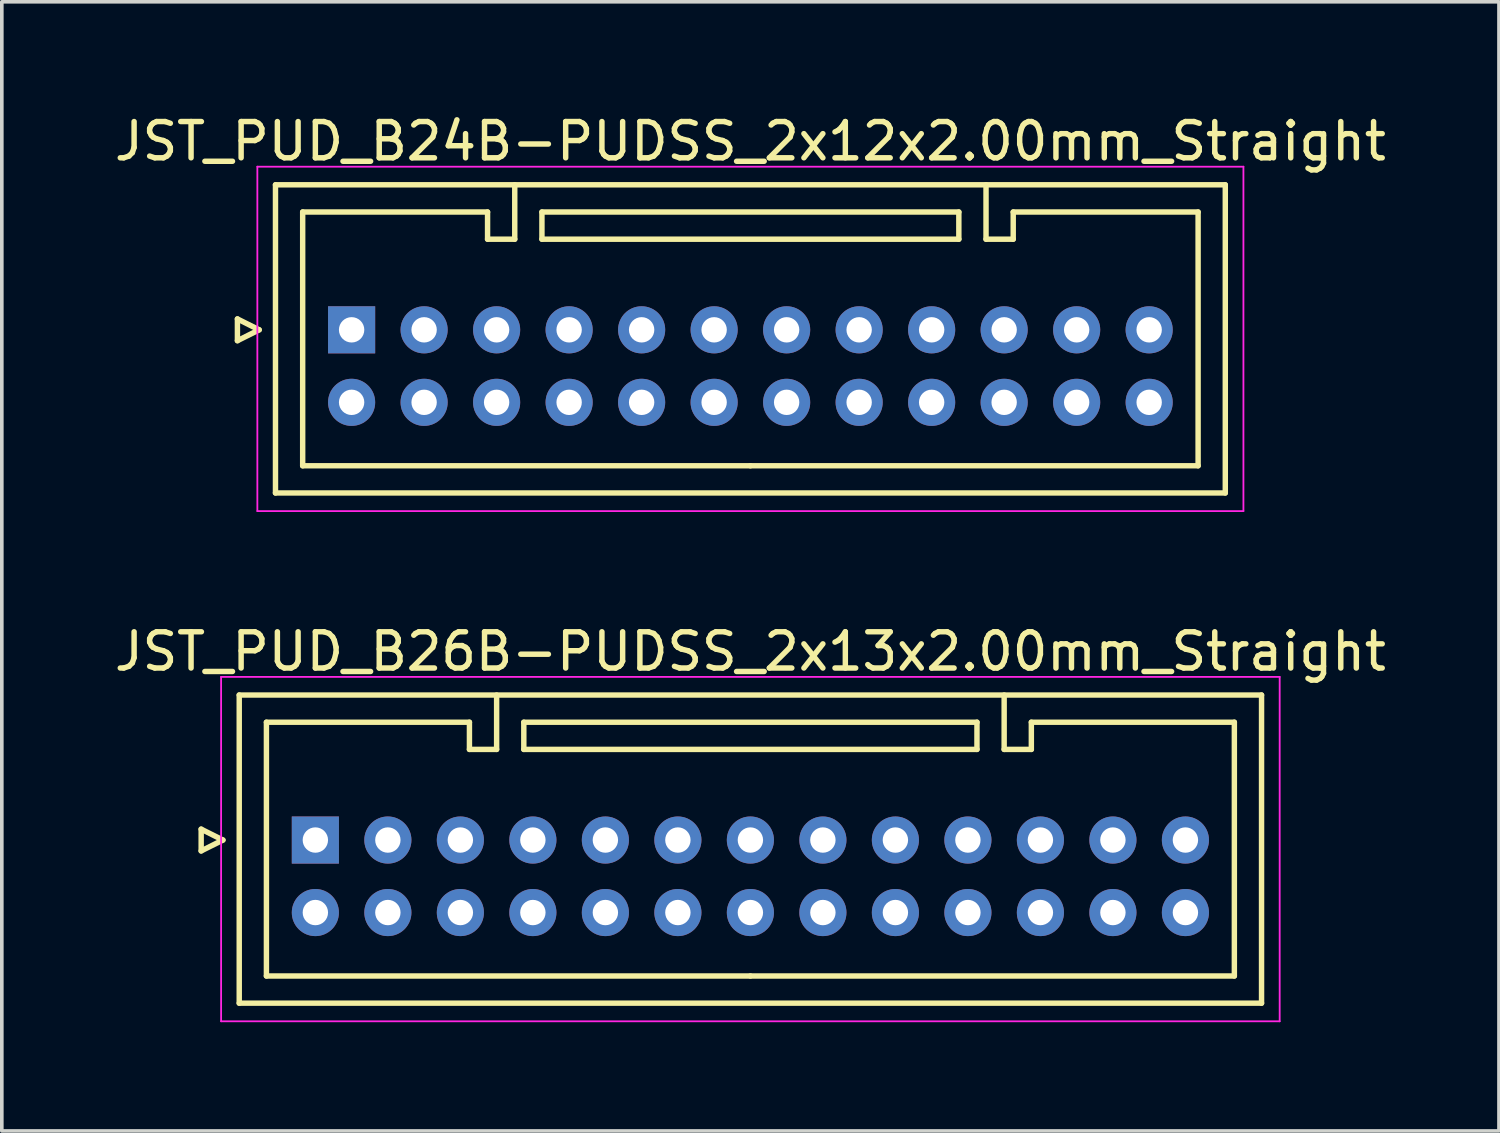
<source format=kicad_pcb>
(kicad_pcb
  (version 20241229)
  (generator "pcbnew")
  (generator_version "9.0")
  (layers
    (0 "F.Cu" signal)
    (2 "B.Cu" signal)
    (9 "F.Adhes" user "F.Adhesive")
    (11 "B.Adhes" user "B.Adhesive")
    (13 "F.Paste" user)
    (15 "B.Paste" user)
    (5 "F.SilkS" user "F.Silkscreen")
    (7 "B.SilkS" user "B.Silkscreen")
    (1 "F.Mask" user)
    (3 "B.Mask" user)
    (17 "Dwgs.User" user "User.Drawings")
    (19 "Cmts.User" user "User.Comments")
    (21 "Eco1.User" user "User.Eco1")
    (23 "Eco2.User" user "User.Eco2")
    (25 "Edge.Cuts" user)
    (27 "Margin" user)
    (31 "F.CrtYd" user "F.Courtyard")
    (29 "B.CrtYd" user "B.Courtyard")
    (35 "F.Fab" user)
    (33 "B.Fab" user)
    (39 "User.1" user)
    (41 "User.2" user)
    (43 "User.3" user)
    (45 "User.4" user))
  (footprint "JST_PUD_B26B-PUDSS_2x13x2.00mm_Straight"
    (layer "F.Cu")
    (at 5.649 20.122)
    (property "Reference" "JST_PUD_B26B-PUDSS_2x13x2.00mm_Straight" (at 12 -5.2 0) (layer "F.SilkS") (effects (font (size 1 1) (thickness 0.15))))
    (attr through_hole)
    (fp_line (start -3.15 -0.3) (end -2.55 0) (stroke (width 0.15) (type solid)) (layer "F.SilkS"))
    (fp_line (start -3.15 0.3) (end -3.15 -0.3) (stroke (width 0.15) (type solid)) (layer "F.SilkS"))
    (fp_line (start -2.55 0) (end -3.15 0.3) (stroke (width 0.15) (type solid)) (layer "F.SilkS"))
    (fp_line (start -2.1 -4) (end -2.1 4.5) (stroke (width 0.15) (type solid)) (layer "F.SilkS"))
    (fp_line (start -2.1 4.5) (end 26.1 4.5) (stroke (width 0.15) (type solid)) (layer "F.SilkS"))
    (fp_line (start -1.35 -3.25) (end -1.35 3.75) (stroke (width 0.15) (type solid)) (layer "F.SilkS"))
    (fp_line (start -1.35 3.75) (end 12 3.75) (stroke (width 0.15) (type solid)) (layer "F.SilkS"))
    (fp_line (start 4.25 -3.25) (end -1.35 -3.25) (stroke (width 0.15) (type solid)) (layer "F.SilkS"))
    (fp_line (start 4.25 -2.5) (end 4.25 -3.25) (stroke (width 0.15) (type solid)) (layer "F.SilkS"))
    (fp_line (start 5 -4) (end 5 -2.5) (stroke (width 0.15) (type solid)) (layer "F.SilkS"))
    (fp_line (start 5 -2.5) (end 4.25 -2.5) (stroke (width 0.15) (type solid)) (layer "F.SilkS"))
    (fp_line (start 5.75 -3.25) (end 5.75 -2.5) (stroke (width 0.15) (type solid)) (layer "F.SilkS"))
    (fp_line (start 5.75 -2.5) (end 18.25 -2.5) (stroke (width 0.15) (type solid)) (layer "F.SilkS"))
    (fp_line (start 18.25 -3.25) (end 5.75 -3.25) (stroke (width 0.15) (type solid)) (layer "F.SilkS"))
    (fp_line (start 18.25 -2.5) (end 18.25 -3.25) (stroke (width 0.15) (type solid)) (layer "F.SilkS"))
    (fp_line (start 19 -4) (end 19 -2.5) (stroke (width 0.15) (type solid)) (layer "F.SilkS"))
    (fp_line (start 19 -2.5) (end 19.75 -2.5) (stroke (width 0.15) (type solid)) (layer "F.SilkS"))
    (fp_line (start 19.75 -3.25) (end 25.35 -3.25) (stroke (width 0.15) (type solid)) (layer "F.SilkS"))
    (fp_line (start 19.75 -2.5) (end 19.75 -3.25) (stroke (width 0.15) (type solid)) (layer "F.SilkS"))
    (fp_line (start 25.35 -3.25) (end 25.35 3.75) (stroke (width 0.15) (type solid)) (layer "F.SilkS"))
    (fp_line (start 25.35 3.75) (end 12 3.75) (stroke (width 0.15) (type solid)) (layer "F.SilkS"))
    (fp_line (start 26.1 -4) (end -2.1 -4) (stroke (width 0.15) (type solid)) (layer "F.SilkS"))
    (fp_line (start 26.1 4.5) (end 26.1 -4) (stroke (width 0.15) (type solid)) (layer "F.SilkS"))
    (fp_line (start -2.6 -4.5) (end -2.6 5) (stroke (width 0.05) (type solid)) (layer "F.CrtYd"))
    (fp_line (start -2.6 5) (end 26.6 5) (stroke (width 0.05) (type solid)) (layer "F.CrtYd"))
    (fp_line (start 26.6 -4.5) (end -2.6 -4.5) (stroke (width 0.05) (type solid)) (layer "F.CrtYd"))
    (fp_line (start 26.6 5) (end 26.6 -4.5) (stroke (width 0.05) (type solid)) (layer "F.CrtYd"))
    (pad "1" thru_hole rect (at 0 0) (size 1.3 1.3) (drill 0.7) (layers "*.Cu" "*.Mask"))
    (pad "2" thru_hole circle (at 0 2) (size 1.3 1.3) (drill 0.7) (layers "*.Cu" "*.Mask"))
    (pad "3" thru_hole circle (at 2 0) (size 1.3 1.3) (drill 0.7) (layers "*.Cu" "*.Mask"))
    (pad "4" thru_hole circle (at 2 2) (size 1.3 1.3) (drill 0.7) (layers "*.Cu" "*.Mask"))
    (pad "5" thru_hole circle (at 4 0) (size 1.3 1.3) (drill 0.7) (layers "*.Cu" "*.Mask"))
    (pad "6" thru_hole circle (at 4 2) (size 1.3 1.3) (drill 0.7) (layers "*.Cu" "*.Mask"))
    (pad "7" thru_hole circle (at 6 0) (size 1.3 1.3) (drill 0.7) (layers "*.Cu" "*.Mask"))
    (pad "8" thru_hole circle (at 6 2) (size 1.3 1.3) (drill 0.7) (layers "*.Cu" "*.Mask"))
    (pad "9" thru_hole circle (at 8 0) (size 1.3 1.3) (drill 0.7) (layers "*.Cu" "*.Mask"))
    (pad "10" thru_hole circle (at 8 2) (size 1.3 1.3) (drill 0.7) (layers "*.Cu" "*.Mask"))
    (pad "11" thru_hole circle (at 10 0) (size 1.3 1.3) (drill 0.7) (layers "*.Cu" "*.Mask"))
    (pad "12" thru_hole circle (at 10 2) (size 1.3 1.3) (drill 0.7) (layers "*.Cu" "*.Mask"))
    (pad "13" thru_hole circle (at 12 0) (size 1.3 1.3) (drill 0.7) (layers "*.Cu" "*.Mask"))
    (pad "14" thru_hole circle (at 12 2) (size 1.3 1.3) (drill 0.7) (layers "*.Cu" "*.Mask"))
    (pad "15" thru_hole circle (at 14 0) (size 1.3 1.3) (drill 0.7) (layers "*.Cu" "*.Mask"))
    (pad "16" thru_hole circle (at 14 2) (size 1.3 1.3) (drill 0.7) (layers "*.Cu" "*.Mask"))
    (pad "17" thru_hole circle (at 16 0) (size 1.3 1.3) (drill 0.7) (layers "*.Cu" "*.Mask"))
    (pad "18" thru_hole circle (at 16 2) (size 1.3 1.3) (drill 0.7) (layers "*.Cu" "*.Mask"))
    (pad "19" thru_hole circle (at 18 0) (size 1.3 1.3) (drill 0.7) (layers "*.Cu" "*.Mask"))
    (pad "20" thru_hole circle (at 18 2) (size 1.3 1.3) (drill 0.7) (layers "*.Cu" "*.Mask"))
    (pad "21" thru_hole circle (at 20 0) (size 1.3 1.3) (drill 0.7) (layers "*.Cu" "*.Mask"))
    (pad "22" thru_hole circle (at 20 2) (size 1.3 1.3) (drill 0.7) (layers "*.Cu" "*.Mask"))
    (pad "23" thru_hole circle (at 22 0) (size 1.3 1.3) (drill 0.7) (layers "*.Cu" "*.Mask"))
    (pad "24" thru_hole circle (at 22 2) (size 1.3 1.3) (drill 0.7) (layers "*.Cu" "*.Mask"))
    (pad "25" thru_hole circle (at 24 0) (size 1.3 1.3) (drill 0.7) (layers "*.Cu" "*.Mask"))
    (pad "26" thru_hole circle (at 24 2) (size 1.3 1.3) (drill 0.7) (layers "*.Cu" "*.Mask")))
  (footprint "JST_PUD_B24B-PUDSS_2x12x2.00mm_Straight"
    (layer "F.Cu")
    (at 6.649 6.048)
    (property "Reference" "JST_PUD_B24B-PUDSS_2x12x2.00mm_Straight" (at 11 -5.2 0) (layer "F.SilkS") (effects (font (size 1 1) (thickness 0.15))))
    (attr through_hole)
    (fp_line (start -3.15 -0.3) (end -2.55 0) (stroke (width 0.15) (type solid)) (layer "F.SilkS"))
    (fp_line (start -3.15 0.3) (end -3.15 -0.3) (stroke (width 0.15) (type solid)) (layer "F.SilkS"))
    (fp_line (start -2.55 0) (end -3.15 0.3) (stroke (width 0.15) (type solid)) (layer "F.SilkS"))
    (fp_line (start -2.1 -4) (end -2.1 4.5) (stroke (width 0.15) (type solid)) (layer "F.SilkS"))
    (fp_line (start -2.1 4.5) (end 24.1 4.5) (stroke (width 0.15) (type solid)) (layer "F.SilkS"))
    (fp_line (start -1.35 -3.25) (end -1.35 3.75) (stroke (width 0.15) (type solid)) (layer "F.SilkS"))
    (fp_line (start -1.35 3.75) (end 11 3.75) (stroke (width 0.15) (type solid)) (layer "F.SilkS"))
    (fp_line (start 3.75 -3.25) (end -1.35 -3.25) (stroke (width 0.15) (type solid)) (layer "F.SilkS"))
    (fp_line (start 3.75 -2.5) (end 3.75 -3.25) (stroke (width 0.15) (type solid)) (layer "F.SilkS"))
    (fp_line (start 4.5 -4) (end 4.5 -2.5) (stroke (width 0.15) (type solid)) (layer "F.SilkS"))
    (fp_line (start 4.5 -2.5) (end 3.75 -2.5) (stroke (width 0.15) (type solid)) (layer "F.SilkS"))
    (fp_line (start 5.25 -3.25) (end 5.25 -2.5) (stroke (width 0.15) (type solid)) (layer "F.SilkS"))
    (fp_line (start 5.25 -2.5) (end 16.75 -2.5) (stroke (width 0.15) (type solid)) (layer "F.SilkS"))
    (fp_line (start 16.75 -3.25) (end 5.25 -3.25) (stroke (width 0.15) (type solid)) (layer "F.SilkS"))
    (fp_line (start 16.75 -2.5) (end 16.75 -3.25) (stroke (width 0.15) (type solid)) (layer "F.SilkS"))
    (fp_line (start 17.5 -4) (end 17.5 -2.5) (stroke (width 0.15) (type solid)) (layer "F.SilkS"))
    (fp_line (start 17.5 -2.5) (end 18.25 -2.5) (stroke (width 0.15) (type solid)) (layer "F.SilkS"))
    (fp_line (start 18.25 -3.25) (end 23.35 -3.25) (stroke (width 0.15) (type solid)) (layer "F.SilkS"))
    (fp_line (start 18.25 -2.5) (end 18.25 -3.25) (stroke (width 0.15) (type solid)) (layer "F.SilkS"))
    (fp_line (start 23.35 -3.25) (end 23.35 3.75) (stroke (width 0.15) (type solid)) (layer "F.SilkS"))
    (fp_line (start 23.35 3.75) (end 11 3.75) (stroke (width 0.15) (type solid)) (layer "F.SilkS"))
    (fp_line (start 24.1 -4) (end -2.1 -4) (stroke (width 0.15) (type solid)) (layer "F.SilkS"))
    (fp_line (start 24.1 4.5) (end 24.1 -4) (stroke (width 0.15) (type solid)) (layer "F.SilkS"))
    (fp_line (start -2.6 -4.5) (end -2.6 5) (stroke (width 0.05) (type solid)) (layer "F.CrtYd"))
    (fp_line (start -2.6 5) (end 24.6 5) (stroke (width 0.05) (type solid)) (layer "F.CrtYd"))
    (fp_line (start 24.6 -4.5) (end -2.6 -4.5) (stroke (width 0.05) (type solid)) (layer "F.CrtYd"))
    (fp_line (start 24.6 5) (end 24.6 -4.5) (stroke (width 0.05) (type solid)) (layer "F.CrtYd"))
    (pad "1" thru_hole rect (at 0 0) (size 1.3 1.3) (drill 0.7) (layers "*.Cu" "*.Mask"))
    (pad "2" thru_hole circle (at 0 2) (size 1.3 1.3) (drill 0.7) (layers "*.Cu" "*.Mask"))
    (pad "3" thru_hole circle (at 2 0) (size 1.3 1.3) (drill 0.7) (layers "*.Cu" "*.Mask"))
    (pad "4" thru_hole circle (at 2 2) (size 1.3 1.3) (drill 0.7) (layers "*.Cu" "*.Mask"))
    (pad "5" thru_hole circle (at 4 0) (size 1.3 1.3) (drill 0.7) (layers "*.Cu" "*.Mask"))
    (pad "6" thru_hole circle (at 4 2) (size 1.3 1.3) (drill 0.7) (layers "*.Cu" "*.Mask"))
    (pad "7" thru_hole circle (at 6 0) (size 1.3 1.3) (drill 0.7) (layers "*.Cu" "*.Mask"))
    (pad "8" thru_hole circle (at 6 2) (size 1.3 1.3) (drill 0.7) (layers "*.Cu" "*.Mask"))
    (pad "9" thru_hole circle (at 8 0) (size 1.3 1.3) (drill 0.7) (layers "*.Cu" "*.Mask"))
    (pad "10" thru_hole circle (at 8 2) (size 1.3 1.3) (drill 0.7) (layers "*.Cu" "*.Mask"))
    (pad "11" thru_hole circle (at 10 0) (size 1.3 1.3) (drill 0.7) (layers "*.Cu" "*.Mask"))
    (pad "12" thru_hole circle (at 10 2) (size 1.3 1.3) (drill 0.7) (layers "*.Cu" "*.Mask"))
    (pad "13" thru_hole circle (at 12 0) (size 1.3 1.3) (drill 0.7) (layers "*.Cu" "*.Mask"))
    (pad "14" thru_hole circle (at 12 2) (size 1.3 1.3) (drill 0.7) (layers "*.Cu" "*.Mask"))
    (pad "15" thru_hole circle (at 14 0) (size 1.3 1.3) (drill 0.7) (layers "*.Cu" "*.Mask"))
    (pad "16" thru_hole circle (at 14 2) (size 1.3 1.3) (drill 0.7) (layers "*.Cu" "*.Mask"))
    (pad "17" thru_hole circle (at 16 0) (size 1.3 1.3) (drill 0.7) (layers "*.Cu" "*.Mask"))
    (pad "18" thru_hole circle (at 16 2) (size 1.3 1.3) (drill 0.7) (layers "*.Cu" "*.Mask"))
    (pad "19" thru_hole circle (at 18 0) (size 1.3 1.3) (drill 0.7) (layers "*.Cu" "*.Mask"))
    (pad "20" thru_hole circle (at 18 2) (size 1.3 1.3) (drill 0.7) (layers "*.Cu" "*.Mask"))
    (pad "21" thru_hole circle (at 20 0) (size 1.3 1.3) (drill 0.7) (layers "*.Cu" "*.Mask"))
    (pad "22" thru_hole circle (at 20 2) (size 1.3 1.3) (drill 0.7) (layers "*.Cu" "*.Mask"))
    (pad "23" thru_hole circle (at 22 0) (size 1.3 1.3) (drill 0.7) (layers "*.Cu" "*.Mask"))
    (pad "24" thru_hole circle (at 22 2) (size 1.3 1.3) (drill 0.7) (layers "*.Cu" "*.Mask")))
  (gr_rect
    (start -3 -3)
    (end 38.298 28.146)
    (stroke (width 0.1) (type default))
    (fill no)
    (layer "Edge.Cuts")))
</source>
